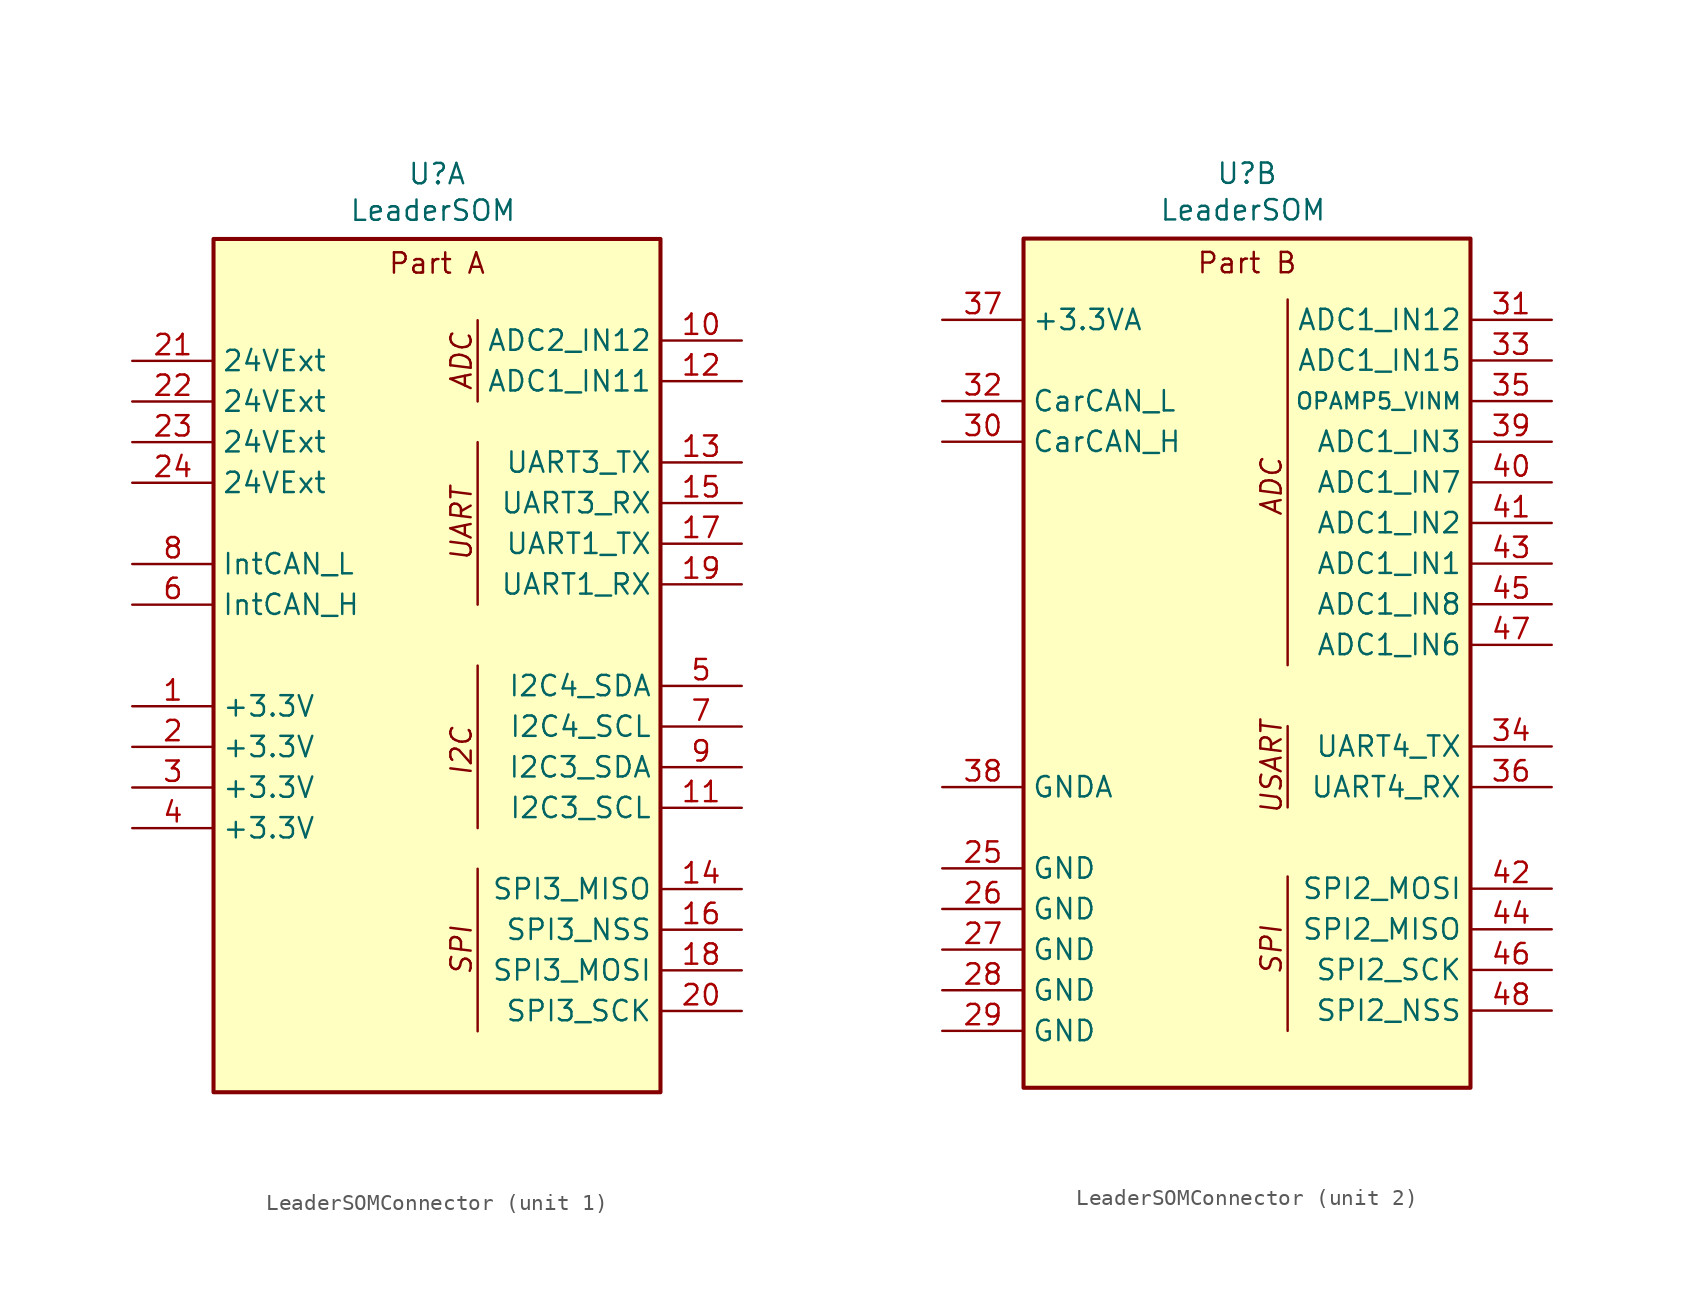
<source format=kicad_sym>
(kicad_symbol_lib
  (version 20241209)
  (generator "kicad_symbol_editor")
  (generator_version "9.0")
  (symbol "LeaderSOMConnector"
    (property "Reference" "U"
      (at 0 30.734 0)
      (effects (font (size 1.27 1.27))))
    (property "Value" "LeaderSOM"
      (at -0.254 28.448 0)
      (effects (font (size 1.27 1.27))))
    (property "ki_locked" ""
      (at 0 0 0)
      (effects (font (size 1.27 1.27))))
    (symbol "LeaderSOMConnector_1_1"
      (rectangle (start -13.97 26.67) (end 13.97 -26.67) (stroke (width 0.254) (type solid)) (fill (type background)))
      (polyline (pts (xy 2.54 16.51) (xy 2.54 21.59)) (stroke (width 0) (type solid)) (fill (type none)))
      (polyline (pts (xy 2.54 3.81) (xy 2.54 13.97)) (stroke (width 0) (type solid)) (fill (type none)))
      (polyline (pts (xy 2.54 -10.16) (xy 2.54 0)) (stroke (width 0) (type solid)) (fill (type none)))
      (polyline (pts (xy 2.54 -22.86) (xy 2.54 -12.7)) (stroke (width 0) (type solid)) (fill (type none)))
      (text "Part A" (at 0 25.146 0) (effects (font (size 1.27 1.27))))
      (text "ADC" (at 1.524 19.05 900) (effects (font (size 1.27 1.27) (italic yes))))
      (text "UART" (at 1.524 8.89 900) (effects (font (size 1.27 1.27) (italic yes))))
      (text "I2C" (at 1.524 -5.334 900) (effects (font (size 1.27 1.27) (italic yes))))
      (text "SPI" (at 1.524 -17.78 900) (effects (font (size 1.27 1.27) (italic yes))))
      (pin input line (at -19.05 19.05 0) (length 5.08) (name "24VExt" (effects (font (size 1.27 1.27)))) (number "21" (effects (font (size 1.27 1.27)))))
      (pin input line (at -19.05 16.51 0) (length 5.08) (name "24VExt" (effects (font (size 1.27 1.27)))) (number "22" (effects (font (size 1.27 1.27)))))
      (pin input line (at -19.05 13.97 0) (length 5.08) (name "24VExt" (effects (font (size 1.27 1.27)))) (number "23" (effects (font (size 1.27 1.27)))))
      (pin input line (at -19.05 11.43 0) (length 5.08) (name "24VExt" (effects (font (size 1.27 1.27)))) (number "24" (effects (font (size 1.27 1.27)))))
      (pin input line (at -19.05 6.35 0) (length 5.08) (name "IntCAN_L" (effects (font (size 1.27 1.27)))) (number "8" (effects (font (size 1.27 1.27)))))
      (pin input line (at -19.05 3.81 0) (length 5.08) (name "IntCAN_H" (effects (font (size 1.27 1.27)))) (number "6" (effects (font (size 1.27 1.27)))))
      (pin output line (at -19.05 -2.54 0) (length 5.08) (name "+3.3V" (effects (font (size 1.27 1.27)))) (number "1" (effects (font (size 1.27 1.27)))))
      (pin output line (at -19.05 -5.08 0) (length 5.08) (name "+3.3V" (effects (font (size 1.27 1.27)))) (number "2" (effects (font (size 1.27 1.27)))))
      (pin output line (at -19.05 -7.62 0) (length 5.08) (name "+3.3V" (effects (font (size 1.27 1.27)))) (number "3" (effects (font (size 1.27 1.27)))))
      (pin output line (at -19.05 -10.16 0) (length 5.08) (name "+3.3V" (effects (font (size 1.27 1.27)))) (number "4" (effects (font (size 1.27 1.27)))))
      (pin no_connect line (at -19.05 -15.24 0) (length 5.08) (hide yes) (name "MNT" (effects (font (size 1.27 1.27)))) (number "49" (effects (font (size 1.27 1.27)))))
      (pin no_connect line (at -19.05 -17.78 0) (length 5.08) (hide yes) (name "MNT" (effects (font (size 1.27 1.27)))) (number "50" (effects (font (size 1.27 1.27)))))
      (pin no_connect line (at -19.05 -20.32 0) (length 5.08) (hide yes) (name "MNT" (effects (font (size 1.27 1.27)))) (number "51" (effects (font (size 1.27 1.27)))))
      (pin no_connect line (at -19.05 -22.606 0) (length 5.08) (hide yes) (name "MNT" (effects (font (size 1.27 1.27)))) (number "52" (effects (font (size 1.27 1.27)))))
      (pin input line (at 19.05 20.32 180) (length 5.08) (name "ADC2_IN12" (effects (font (size 1.27 1.27)))) (number "10" (effects (font (size 1.27 1.27)))))
      (pin input line (at 19.05 17.78 180) (length 5.08) (name "ADC1_IN11" (effects (font (size 1.27 1.27)))) (number "12" (effects (font (size 1.27 1.27)))))
      (pin bidirectional line (at 19.05 12.7 180) (length 5.08) (name "UART3_TX" (effects (font (size 1.27 1.27)))) (number "13" (effects (font (size 1.27 1.27)))))
      (pin bidirectional line (at 19.05 10.16 180) (length 5.08) (name "UART3_RX" (effects (font (size 1.27 1.27)))) (number "15" (effects (font (size 1.27 1.27)))))
      (pin bidirectional line (at 19.05 7.62 180) (length 5.08) (name "UART1_TX" (effects (font (size 1.27 1.27)))) (number "17" (effects (font (size 1.27 1.27)))))
      (pin bidirectional line (at 19.05 5.08 180) (length 5.08) (name "UART1_RX" (effects (font (size 1.27 1.27)))) (number "19" (effects (font (size 1.27 1.27)))))
      (pin bidirectional line (at 19.05 -1.27 180) (length 5.08) (name "I2C4_SDA" (effects (font (size 1.27 1.27)))) (number "5" (effects (font (size 1.27 1.27)))))
      (pin input line (at 19.05 -3.81 180) (length 5.08) (name "I2C4_SCL" (effects (font (size 1.27 1.27)))) (number "7" (effects (font (size 1.27 1.27)))))
      (pin bidirectional line (at 19.05 -6.35 180) (length 5.08) (name "I2C3_SDA" (effects (font (size 1.27 1.27)))) (number "9" (effects (font (size 1.27 1.27)))))
      (pin input line (at 19.05 -8.89 180) (length 5.08) (name "I2C3_SCL" (effects (font (size 1.27 1.27)))) (number "11" (effects (font (size 1.27 1.27)))))
      (pin input line (at 19.05 -13.97 180) (length 5.08) (name "SPI3_MISO" (effects (font (size 1.27 1.27)))) (number "14" (effects (font (size 1.27 1.27)))))
      (pin output line (at 19.05 -16.51 180) (length 5.08) (name "SPI3_NSS" (effects (font (size 1.27 1.27)))) (number "16" (effects (font (size 1.27 1.27)))))
      (pin output line (at 19.05 -19.05 180) (length 5.08) (name "SPI3_MOSI" (effects (font (size 1.27 1.27)))) (number "18" (effects (font (size 1.27 1.27)))))
      (pin output line (at 19.05 -21.59 180) (length 5.08) (name "SPI3_SCK" (effects (font (size 1.27 1.27)))) (number "20" (effects (font (size 1.27 1.27))))))
    (symbol "LeaderSOMConnector_2_1"
      (rectangle (start -13.97 26.67) (end 13.97 -26.416) (stroke (width 0.254) (type solid)) (fill (type background)))
      (polyline (pts (xy 2.54 0) (xy 2.54 22.86)) (stroke (width 0) (type solid)) (fill (type none)))
      (polyline (pts (xy 2.54 -8.89) (xy 2.54 -3.81)) (stroke (width 0) (type solid)) (fill (type none)))
      (polyline (pts (xy 2.54 -22.86) (xy 2.54 -13.208)) (stroke (width 0) (type solid)) (fill (type none)))
      (text "Part B" (at 0 25.146 0) (effects (font (size 1.27 1.27))))
      (text "ADC" (at 1.524 11.176 900) (effects (font (size 1.27 1.27) (italic yes))))
      (text "USART" (at 1.524 -6.35 900) (effects (font (size 1.27 1.27) (italic yes))))
      (text "SPI" (at 1.524 -17.78 900) (effects (font (size 1.27 1.27) (italic yes))))
      (pin output line (at -19.05 21.59 0) (length 5.08) (name "+3.3VA" (effects (font (size 1.27 1.27)))) (number "37" (effects (font (size 1.27 1.27)))))
      (pin input line (at -19.05 16.51 0) (length 5.08) (name "CarCAN_L" (effects (font (size 1.27 1.27)))) (number "32" (effects (font (size 1.27 1.27)))))
      (pin input line (at -19.05 13.97 0) (length 5.08) (name "CarCAN_H" (effects (font (size 1.27 1.27)))) (number "30" (effects (font (size 1.27 1.27)))))
      (pin input line (at -19.05 -7.62 0) (length 5.08) (name "GNDA" (effects (font (size 1.27 1.27)))) (number "38" (effects (font (size 1.27 1.27)))))
      (pin input line (at -19.05 -12.7 0) (length 5.08) (name "GND" (effects (font (size 1.27 1.27)))) (number "25" (effects (font (size 1.27 1.27)))))
      (pin input line (at -19.05 -15.24 0) (length 5.08) (name "GND" (effects (font (size 1.27 1.27)))) (number "26" (effects (font (size 1.27 1.27)))))
      (pin input line (at -19.05 -17.78 0) (length 5.08) (name "GND" (effects (font (size 1.27 1.27)))) (number "27" (effects (font (size 1.27 1.27)))))
      (pin input line (at -19.05 -20.32 0) (length 5.08) (name "GND" (effects (font (size 1.27 1.27)))) (number "28" (effects (font (size 1.27 1.27)))))
      (pin input line (at -19.05 -22.86 0) (length 5.08) (name "GND" (effects (font (size 1.27 1.27)))) (number "29" (effects (font (size 1.27 1.27)))))
      (pin input line (at 19.05 21.59 180) (length 5.08) (name "ADC1_IN12" (effects (font (size 1.27 1.27)))) (number "31" (effects (font (size 1.27 1.27)))))
      (pin output line (at 19.05 19.05 180) (length 5.08) (name "ADC1_IN15" (effects (font (size 1.27 1.27)))) (number "33" (effects (font (size 1.27 1.27)))))
      (pin output line (at 19.05 16.51 180) (length 5.08) (name "OPAMP5_VINM" (effects (font (size 1 1)))) (number "35" (effects (font (size 1.27 1.27)))))
      (pin output line (at 19.05 13.97 180) (length 5.08) (name "ADC1_IN3" (effects (font (size 1.27 1.27)))) (number "39" (effects (font (size 1.27 1.27)))))
      (pin input line (at 19.05 11.43 180) (length 5.08) (name "ADC1_IN7" (effects (font (size 1.27 1.27)))) (number "40" (effects (font (size 1.27 1.27)))))
      (pin input line (at 19.05 8.89 180) (length 5.08) (name "ADC1_IN2" (effects (font (size 1.27 1.27)))) (number "41" (effects (font (size 1.27 1.27)))))
      (pin input line (at 19.05 6.35 180) (length 5.08) (name "ADC1_IN1" (effects (font (size 1.27 1.27)))) (number "43" (effects (font (size 1.27 1.27)))))
      (pin output line (at 19.05 3.81 180) (length 5.08) (name "ADC1_IN8" (effects (font (size 1.27 1.27)))) (number "45" (effects (font (size 1.27 1.27)))))
      (pin output line (at 19.05 1.27 180) (length 5.08) (name "ADC1_IN6" (effects (font (size 1.27 1.27)))) (number "47" (effects (font (size 1.27 1.27)))))
      (pin output line (at 19.05 -5.08 180) (length 5.08) (name "UART4_TX" (effects (font (size 1.27 1.27)))) (number "34" (effects (font (size 1.27 1.27)))))
      (pin output line (at 19.05 -7.62 180) (length 5.08) (name "UART4_RX" (effects (font (size 1.27 1.27)))) (number "36" (effects (font (size 1.27 1.27)))))
      (pin output line (at 19.05 -13.97 180) (length 5.08) (name "SPI2_MOSI" (effects (font (size 1.27 1.27)))) (number "42" (effects (font (size 1.27 1.27)))))
      (pin input line (at 19.05 -16.51 180) (length 5.08) (name "SPI2_MISO" (effects (font (size 1.27 1.27)))) (number "44" (effects (font (size 1.27 1.27)))))
      (pin output line (at 19.05 -19.05 180) (length 5.08) (name "SPI2_SCK" (effects (font (size 1.27 1.27)))) (number "46" (effects (font (size 1.27 1.27)))))
      (pin output line (at 19.05 -21.59 180) (length 5.08) (name "SPI2_NSS" (effects (font (size 1.27 1.27)))) (number "48" (effects (font (size 1.27 1.27))))))))
</source>
